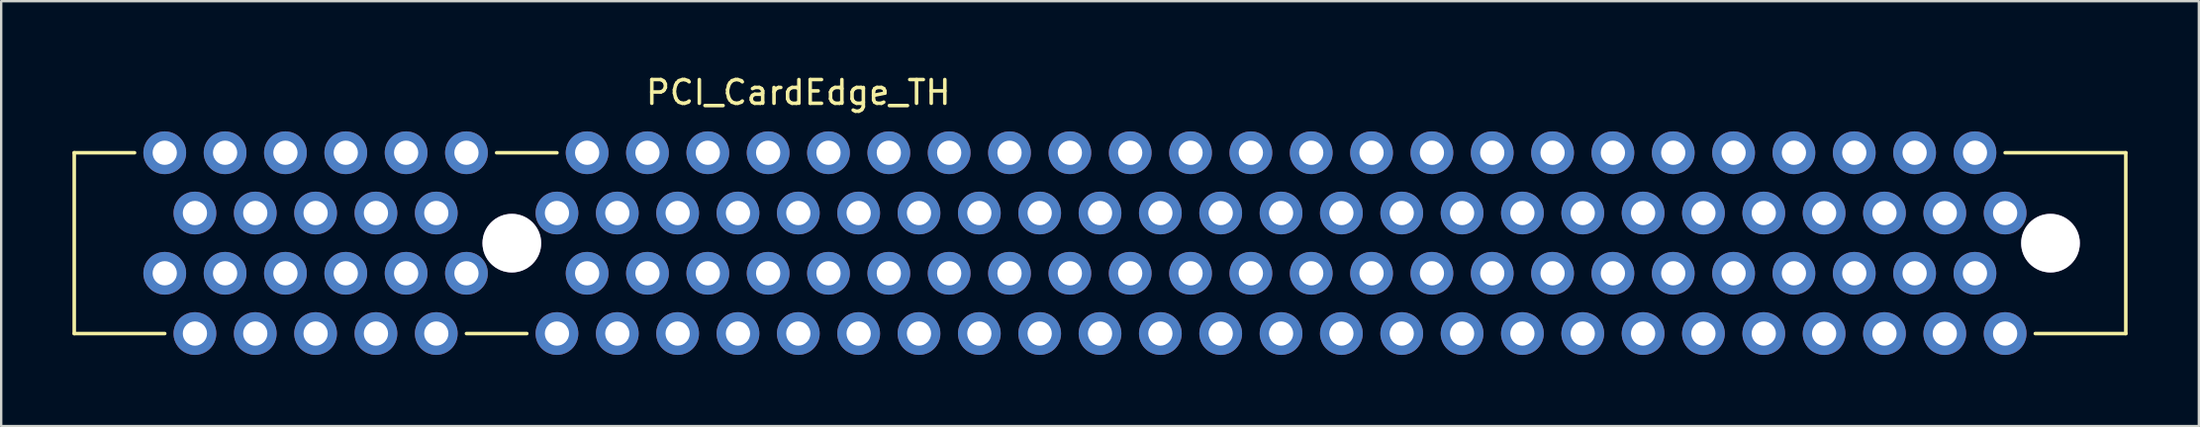
<source format=kicad_pcb>
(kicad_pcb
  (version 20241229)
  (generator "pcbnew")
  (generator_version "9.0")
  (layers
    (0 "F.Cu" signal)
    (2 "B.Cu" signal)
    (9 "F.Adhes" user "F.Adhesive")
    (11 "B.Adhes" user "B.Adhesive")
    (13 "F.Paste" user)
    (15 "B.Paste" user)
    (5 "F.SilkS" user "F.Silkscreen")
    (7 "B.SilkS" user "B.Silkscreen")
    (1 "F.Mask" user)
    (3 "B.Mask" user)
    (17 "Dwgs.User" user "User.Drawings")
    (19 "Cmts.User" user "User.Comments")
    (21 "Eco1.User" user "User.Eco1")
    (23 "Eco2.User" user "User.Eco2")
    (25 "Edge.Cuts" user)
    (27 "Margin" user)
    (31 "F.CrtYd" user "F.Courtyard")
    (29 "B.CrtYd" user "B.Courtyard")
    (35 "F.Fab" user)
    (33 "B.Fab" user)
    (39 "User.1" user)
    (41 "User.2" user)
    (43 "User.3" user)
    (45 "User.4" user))
  (footprint "PCI_CardEdge_TH"
    (layer "F.Cu")
    (at 20.395 7.198)
    (property "Reference" "PCI_CardEdge_TH" (at 10.16 -6.35 0) (layer "F.SilkS") (effects (font (size 1 1) (thickness 0.15))))
    (attr through_hole)
    (fp_line (start -20.32 -3.81) (end -17.78 -3.81) (stroke (width 0.15) (type solid)) (layer "F.SilkS"))
    (fp_line (start -20.32 3.81) (end -20.32 -3.81) (stroke (width 0.15) (type solid)) (layer "F.SilkS"))
    (fp_line (start -16.51 3.81) (end -20.32 3.81) (stroke (width 0.15) (type solid)) (layer "F.SilkS"))
    (fp_line (start -3.81 3.81) (end -1.27 3.81) (stroke (width 0.15) (type solid)) (layer "F.SilkS"))
    (fp_line (start -2.54 -3.81) (end 0 -3.81) (stroke (width 0.15) (type solid)) (layer "F.SilkS"))
    (fp_line (start 62.23 3.81) (end 66.04 3.81) (stroke (width 0.15) (type solid)) (layer "F.SilkS"))
    (fp_line (start 66.04 -3.81) (end 60.96 -3.81) (stroke (width 0.15) (type solid)) (layer "F.SilkS"))
    (fp_line (start 66.04 3.81) (end 66.04 -3.81) (stroke (width 0.15) (type solid)) (layer "F.SilkS"))
    (pad "A1" thru_hole circle (at 60.96 3.81) (size 1.8 1.8) (drill 1.02) (layers "*.Cu" "*.Mask"))
    (pad "A2" thru_hole circle (at 59.69 1.27) (size 1.8 1.8) (drill 1.02) (layers "*.Cu" "*.Mask"))
    (pad "A3" thru_hole circle (at 58.42 3.81) (size 1.8 1.8) (drill 1.02) (layers "*.Cu" "*.Mask"))
    (pad "A4" thru_hole circle (at 57.15 1.27) (size 1.8 1.8) (drill 1.02) (layers "*.Cu" "*.Mask"))
    (pad "A5" thru_hole circle (at 55.88 3.81) (size 1.8 1.8) (drill 1.02) (layers "*.Cu" "*.Mask"))
    (pad "A6" thru_hole circle (at 54.61 1.27) (size 1.8 1.8) (drill 1.02) (layers "*.Cu" "*.Mask"))
    (pad "A7" thru_hole circle (at 53.34 3.81) (size 1.8 1.8) (drill 1.02) (layers "*.Cu" "*.Mask"))
    (pad "A8" thru_hole circle (at 52.07 1.27) (size 1.8 1.8) (drill 1.02) (layers "*.Cu" "*.Mask"))
    (pad "A9" thru_hole circle (at 50.8 3.81) (size 1.8 1.8) (drill 1.02) (layers "*.Cu" "*.Mask"))
    (pad "A10" thru_hole circle (at 49.53 1.27) (size 1.8 1.8) (drill 1.02) (layers "*.Cu" "*.Mask"))
    (pad "A11" thru_hole circle (at 48.26 3.81) (size 1.8 1.8) (drill 1.02) (layers "*.Cu" "*.Mask"))
    (pad "A12" thru_hole circle (at 46.99 1.27) (size 1.8 1.8) (drill 1.02) (layers "*.Cu" "*.Mask"))
    (pad "A13" thru_hole circle (at 45.72 3.81) (size 1.8 1.8) (drill 1.02) (layers "*.Cu" "*.Mask"))
    (pad "A14" thru_hole circle (at 44.45 1.27) (size 1.8 1.8) (drill 1.02) (layers "*.Cu" "*.Mask"))
    (pad "A15" thru_hole circle (at 43.18 3.81) (size 1.8 1.8) (drill 1.02) (layers "*.Cu" "*.Mask"))
    (pad "A16" thru_hole circle (at 41.91 1.27) (size 1.8 1.8) (drill 1.02) (layers "*.Cu" "*.Mask"))
    (pad "A17" thru_hole circle (at 40.64 3.81) (size 1.8 1.8) (drill 1.02) (layers "*.Cu" "*.Mask"))
    (pad "A18" thru_hole circle (at 39.37 1.27) (size 1.8 1.8) (drill 1.02) (layers "*.Cu" "*.Mask"))
    (pad "A19" thru_hole circle (at 38.1 3.81) (size 1.8 1.8) (drill 1.02) (layers "*.Cu" "*.Mask"))
    (pad "A20" thru_hole circle (at 36.83 1.27) (size 1.8 1.8) (drill 1.02) (layers "*.Cu" "*.Mask"))
    (pad "A21" thru_hole circle (at 35.56 3.81) (size 1.8 1.8) (drill 1.02) (layers "*.Cu" "*.Mask"))
    (pad "A22" thru_hole circle (at 34.29 1.27) (size 1.8 1.8) (drill 1.02) (layers "*.Cu" "*.Mask"))
    (pad "A23" thru_hole circle (at 33.02 3.81) (size 1.8 1.8) (drill 1.02) (layers "*.Cu" "*.Mask"))
    (pad "A24" thru_hole circle (at 31.75 1.27) (size 1.8 1.8) (drill 1.02) (layers "*.Cu" "*.Mask"))
    (pad "A25" thru_hole circle (at 30.48 3.81) (size 1.8 1.8) (drill 1.02) (layers "*.Cu" "*.Mask"))
    (pad "A26" thru_hole circle (at 29.21 1.27) (size 1.8 1.8) (drill 1.02) (layers "*.Cu" "*.Mask"))
    (pad "A27" thru_hole circle (at 27.94 3.81) (size 1.8 1.8) (drill 1.02) (layers "*.Cu" "*.Mask"))
    (pad "A28" thru_hole circle (at 26.67 1.27) (size 1.8 1.8) (drill 1.02) (layers "*.Cu" "*.Mask"))
    (pad "A29" thru_hole circle (at 25.4 3.81) (size 1.8 1.8) (drill 1.02) (layers "*.Cu" "*.Mask"))
    (pad "A30" thru_hole circle (at 24.13 1.27) (size 1.8 1.8) (drill 1.02) (layers "*.Cu" "*.Mask"))
    (pad "A31" thru_hole circle (at 22.86 3.81) (size 1.8 1.8) (drill 1.02) (layers "*.Cu" "*.Mask"))
    (pad "A32" thru_hole circle (at 21.59 1.27) (size 1.8 1.8) (drill 1.02) (layers "*.Cu" "*.Mask"))
    (pad "A33" thru_hole circle (at 20.32 3.81) (size 1.8 1.8) (drill 1.02) (layers "*.Cu" "*.Mask"))
    (pad "A34" thru_hole circle (at 19.05 1.27) (size 1.8 1.8) (drill 1.02) (layers "*.Cu" "*.Mask"))
    (pad "A35" thru_hole circle (at 17.78 3.81) (size 1.8 1.8) (drill 1.02) (layers "*.Cu" "*.Mask"))
    (pad "A36" thru_hole circle (at 16.51 1.27) (size 1.8 1.8) (drill 1.02) (layers "*.Cu" "*.Mask"))
    (pad "A37" thru_hole circle (at 15.24 3.81) (size 1.8 1.8) (drill 1.02) (layers "*.Cu" "*.Mask"))
    (pad "A38" thru_hole circle (at 13.97 1.27) (size 1.8 1.8) (drill 1.02) (layers "*.Cu" "*.Mask"))
    (pad "A39" thru_hole circle (at 12.7 3.81) (size 1.8 1.8) (drill 1.02) (layers "*.Cu" "*.Mask"))
    (pad "A40" thru_hole circle (at 11.43 1.27) (size 1.8 1.8) (drill 1.02) (layers "*.Cu" "*.Mask"))
    (pad "A41" thru_hole circle (at 10.16 3.81) (size 1.8 1.8) (drill 1.02) (layers "*.Cu" "*.Mask"))
    (pad "A42" thru_hole circle (at 8.89 1.27) (size 1.8 1.8) (drill 1.02) (layers "*.Cu" "*.Mask"))
    (pad "A43" thru_hole circle (at 7.62 3.81) (size 1.8 1.8) (drill 1.02) (layers "*.Cu" "*.Mask"))
    (pad "A44" thru_hole circle (at 6.35 1.27) (size 1.8 1.8) (drill 1.02) (layers "*.Cu" "*.Mask"))
    (pad "A45" thru_hole circle (at 5.08 3.81) (size 1.8 1.8) (drill 1.02) (layers "*.Cu" "*.Mask"))
    (pad "A46" thru_hole circle (at 3.81 1.27) (size 1.8 1.8) (drill 1.02) (layers "*.Cu" "*.Mask"))
    (pad "A47" thru_hole circle (at 2.54 3.81) (size 1.8 1.8) (drill 1.02) (layers "*.Cu" "*.Mask"))
    (pad "A48" thru_hole circle (at 1.27 1.27) (size 1.8 1.8) (drill 1.02) (layers "*.Cu" "*.Mask"))
    (pad "A49" thru_hole circle (at 0 3.81) (size 1.8 1.8) (drill 1.02) (layers "*.Cu" "*.Mask"))
    (pad "A52" thru_hole circle (at -3.81 1.27) (size 1.8 1.8) (drill 1.02) (layers "*.Cu" "*.Mask"))
    (pad "A53" thru_hole circle (at -5.08 3.81) (size 1.8 1.8) (drill 1.02) (layers "*.Cu" "*.Mask"))
    (pad "A54" thru_hole circle (at -6.35 1.27) (size 1.8 1.8) (drill 1.02) (layers "*.Cu" "*.Mask"))
    (pad "A55" thru_hole circle (at -7.62 3.81) (size 1.8 1.8) (drill 1.02) (layers "*.Cu" "*.Mask"))
    (pad "A56" thru_hole circle (at -8.89 1.27) (size 1.8 1.8) (drill 1.02) (layers "*.Cu" "*.Mask"))
    (pad "A57" thru_hole circle (at -10.16 3.81) (size 1.8 1.8) (drill 1.02) (layers "*.Cu" "*.Mask"))
    (pad "A58" thru_hole circle (at -11.43 1.27) (size 1.8 1.8) (drill 1.02) (layers "*.Cu" "*.Mask"))
    (pad "A59" thru_hole circle (at -12.7 3.81) (size 1.8 1.8) (drill 1.02) (layers "*.Cu" "*.Mask"))
    (pad "A60" thru_hole circle (at -13.97 1.27) (size 1.8 1.8) (drill 1.02) (layers "*.Cu" "*.Mask"))
    (pad "A61" thru_hole circle (at -15.24 3.81) (size 1.8 1.8) (drill 1.02) (layers "*.Cu" "*.Mask"))
    (pad "A62" thru_hole circle (at -16.51 1.27) (size 1.8 1.8) (drill 1.02) (layers "*.Cu" "*.Mask"))
    (pad "B1" thru_hole circle (at 60.96 -1.27) (size 1.8 1.8) (drill 1.02) (layers "*.Cu" "*.Mask"))
    (pad "B2" thru_hole circle (at 59.69 -3.81) (size 1.8 1.8) (drill 1.02) (layers "*.Cu" "*.Mask"))
    (pad "B3" thru_hole circle (at 58.42 -1.27) (size 1.8 1.8) (drill 1.02) (layers "*.Cu" "*.Mask"))
    (pad "B4" thru_hole circle (at 57.15 -3.81) (size 1.8 1.8) (drill 1.02) (layers "*.Cu" "*.Mask"))
    (pad "B5" thru_hole circle (at 55.88 -1.27) (size 1.8 1.8) (drill 1.02) (layers "*.Cu" "*.Mask"))
    (pad "B6" thru_hole circle (at 54.61 -3.81) (size 1.8 1.8) (drill 1.02) (layers "*.Cu" "*.Mask"))
    (pad "B7" thru_hole circle (at 53.34 -1.27) (size 1.8 1.8) (drill 1.02) (layers "*.Cu" "*.Mask"))
    (pad "B8" thru_hole circle (at 52.07 -3.81) (size 1.8 1.8) (drill 1.02) (layers "*.Cu" "*.Mask"))
    (pad "B9" thru_hole circle (at 50.8 -1.27) (size 1.8 1.8) (drill 1.02) (layers "*.Cu" "*.Mask"))
    (pad "B10" thru_hole circle (at 49.53 -3.81) (size 1.8 1.8) (drill 1.02) (layers "*.Cu" "*.Mask"))
    (pad "B11" thru_hole circle (at 48.26 -1.27) (size 1.8 1.8) (drill 1.02) (layers "*.Cu" "*.Mask"))
    (pad "B12" thru_hole circle (at 46.99 -3.81) (size 1.8 1.8) (drill 1.02) (layers "*.Cu" "*.Mask"))
    (pad "B13" thru_hole circle (at 45.72 -1.27) (size 1.8 1.8) (drill 1.02) (layers "*.Cu" "*.Mask"))
    (pad "B14" thru_hole circle (at 44.45 -3.81) (size 1.8 1.8) (drill 1.02) (layers "*.Cu" "*.Mask"))
    (pad "B15" thru_hole circle (at 43.18 -1.27) (size 1.8 1.8) (drill 1.02) (layers "*.Cu" "*.Mask"))
    (pad "B16" thru_hole circle (at 41.91 -3.81) (size 1.8 1.8) (drill 1.02) (layers "*.Cu" "*.Mask"))
    (pad "B17" thru_hole circle (at 40.64 -1.27) (size 1.8 1.8) (drill 1.02) (layers "*.Cu" "*.Mask"))
    (pad "B18" thru_hole circle (at 39.37 -3.81) (size 1.8 1.8) (drill 1.02) (layers "*.Cu" "*.Mask"))
    (pad "B19" thru_hole circle (at 38.1 -1.27) (size 1.8 1.8) (drill 1.02) (layers "*.Cu" "*.Mask"))
    (pad "B20" thru_hole circle (at 36.83 -3.81) (size 1.8 1.8) (drill 1.02) (layers "*.Cu" "*.Mask"))
    (pad "B21" thru_hole circle (at 35.56 -1.27) (size 1.8 1.8) (drill 1.02) (layers "*.Cu" "*.Mask"))
    (pad "B22" thru_hole circle (at 34.29 -3.81) (size 1.8 1.8) (drill 1.02) (layers "*.Cu" "*.Mask"))
    (pad "B23" thru_hole circle (at 33.02 -1.27) (size 1.8 1.8) (drill 1.02) (layers "*.Cu" "*.Mask"))
    (pad "B24" thru_hole circle (at 31.75 -3.81) (size 1.8 1.8) (drill 1.02) (layers "*.Cu" "*.Mask"))
    (pad "B25" thru_hole circle (at 30.48 -1.27) (size 1.8 1.8) (drill 1.02) (layers "*.Cu" "*.Mask"))
    (pad "B26" thru_hole circle (at 29.21 -3.81) (size 1.8 1.8) (drill 1.02) (layers "*.Cu" "*.Mask"))
    (pad "B27" thru_hole circle (at 27.94 -1.27) (size 1.8 1.8) (drill 1.02) (layers "*.Cu" "*.Mask"))
    (pad "B28" thru_hole circle (at 26.67 -3.81) (size 1.8 1.8) (drill 1.02) (layers "*.Cu" "*.Mask"))
    (pad "B29" thru_hole circle (at 25.4 -1.27) (size 1.8 1.8) (drill 1.02) (layers "*.Cu" "*.Mask"))
    (pad "B30" thru_hole circle (at 24.13 -3.81) (size 1.8 1.8) (drill 1.02) (layers "*.Cu" "*.Mask"))
    (pad "B31" thru_hole circle (at 22.86 -1.27) (size 1.8 1.8) (drill 1.02) (layers "*.Cu" "*.Mask"))
    (pad "B32" thru_hole circle (at 21.59 -3.81) (size 1.8 1.8) (drill 1.02) (layers "*.Cu" "*.Mask"))
    (pad "B33" thru_hole circle (at 20.32 -1.27) (size 1.8 1.8) (drill 1.02) (layers "*.Cu" "*.Mask"))
    (pad "B34" thru_hole circle (at 19.05 -3.81) (size 1.8 1.8) (drill 1.02) (layers "*.Cu" "*.Mask"))
    (pad "B35" thru_hole circle (at 17.78 -1.27) (size 1.8 1.8) (drill 1.02) (layers "*.Cu" "*.Mask"))
    (pad "B36" thru_hole circle (at 16.51 -3.81) (size 1.8 1.8) (drill 1.02) (layers "*.Cu" "*.Mask"))
    (pad "B37" thru_hole circle (at 15.24 -1.27) (size 1.8 1.8) (drill 1.02) (layers "*.Cu" "*.Mask"))
    (pad "B38" thru_hole circle (at 13.97 -3.81) (size 1.8 1.8) (drill 1.02) (layers "*.Cu" "*.Mask"))
    (pad "B39" thru_hole circle (at 12.7 -1.27) (size 1.8 1.8) (drill 1.02) (layers "*.Cu" "*.Mask"))
    (pad "B40" thru_hole circle (at 11.43 -3.81) (size 1.8 1.8) (drill 1.02) (layers "*.Cu" "*.Mask"))
    (pad "B41" thru_hole circle (at 10.16 -1.27) (size 1.8 1.8) (drill 1.02) (layers "*.Cu" "*.Mask"))
    (pad "B42" thru_hole circle (at 8.89 -3.81) (size 1.8 1.8) (drill 1.02) (layers "*.Cu" "*.Mask"))
    (pad "B43" thru_hole circle (at 7.62 -1.27) (size 1.8 1.8) (drill 1.02) (layers "*.Cu" "*.Mask"))
    (pad "B44" thru_hole circle (at 6.35 -3.81) (size 1.8 1.8) (drill 1.02) (layers "*.Cu" "*.Mask"))
    (pad "B45" thru_hole circle (at 5.08 -1.27) (size 1.8 1.8) (drill 1.02) (layers "*.Cu" "*.Mask"))
    (pad "B46" thru_hole circle (at 3.81 -3.81) (size 1.8 1.8) (drill 1.02) (layers "*.Cu" "*.Mask"))
    (pad "B47" thru_hole circle (at 2.54 -1.27) (size 1.8 1.8) (drill 1.02) (layers "*.Cu" "*.Mask"))
    (pad "B48" thru_hole circle (at 1.27 -3.81) (size 1.8 1.8) (drill 1.02) (layers "*.Cu" "*.Mask"))
    (pad "B49" thru_hole circle (at 0 -1.27) (size 1.8 1.8) (drill 1.02) (layers "*.Cu" "*.Mask"))
    (pad "B52" thru_hole circle (at -3.81 -3.81) (size 1.8 1.8) (drill 1.02) (layers "*.Cu" "*.Mask"))
    (pad "B53" thru_hole circle (at -5.08 -1.27) (size 1.8 1.8) (drill 1.02) (layers "*.Cu" "*.Mask"))
    (pad "B54" thru_hole circle (at -6.35 -3.81) (size 1.8 1.8) (drill 1.02) (layers "*.Cu" "*.Mask"))
    (pad "B55" thru_hole circle (at -7.62 -1.27) (size 1.8 1.8) (drill 1.02) (layers "*.Cu" "*.Mask"))
    (pad "B56" thru_hole circle (at -8.89 -3.81) (size 1.8 1.8) (drill 1.02) (layers "*.Cu" "*.Mask"))
    (pad "B57" thru_hole circle (at -10.16 -1.27) (size 1.8 1.8) (drill 1.02) (layers "*.Cu" "*.Mask"))
    (pad "B58" thru_hole circle (at -11.43 -3.81) (size 1.8 1.8) (drill 1.02) (layers "*.Cu" "*.Mask"))
    (pad "B59" thru_hole circle (at -12.7 -1.27) (size 1.8 1.8) (drill 1.02) (layers "*.Cu" "*.Mask"))
    (pad "B60" thru_hole circle (at -13.97 -3.81) (size 1.8 1.8) (drill 1.02) (layers "*.Cu" "*.Mask"))
    (pad "B61" thru_hole circle (at -15.24 -1.27) (size 1.8 1.8) (drill 1.02) (layers "*.Cu" "*.Mask"))
    (pad "B62" thru_hole circle (at -16.51 -3.81) (size 1.8 1.8) (drill 1.02) (layers "*.Cu" "*.Mask"))
    (pad "~" thru_hole circle (at -1.9 0) (size 2.47 2.47) (drill 2.47) (layers "*.Cu" "*.Mask"))
    (pad "~" thru_hole circle (at 62.87 0) (size 2.47 2.47) (drill 2.47) (layers "*.Cu" "*.Mask")))
  (gr_rect
    (start -3 -3)
    (end 89.51 14.908)
    (stroke (width 0.1) (type default))
    (fill no)
    (layer "Edge.Cuts")))
</source>
